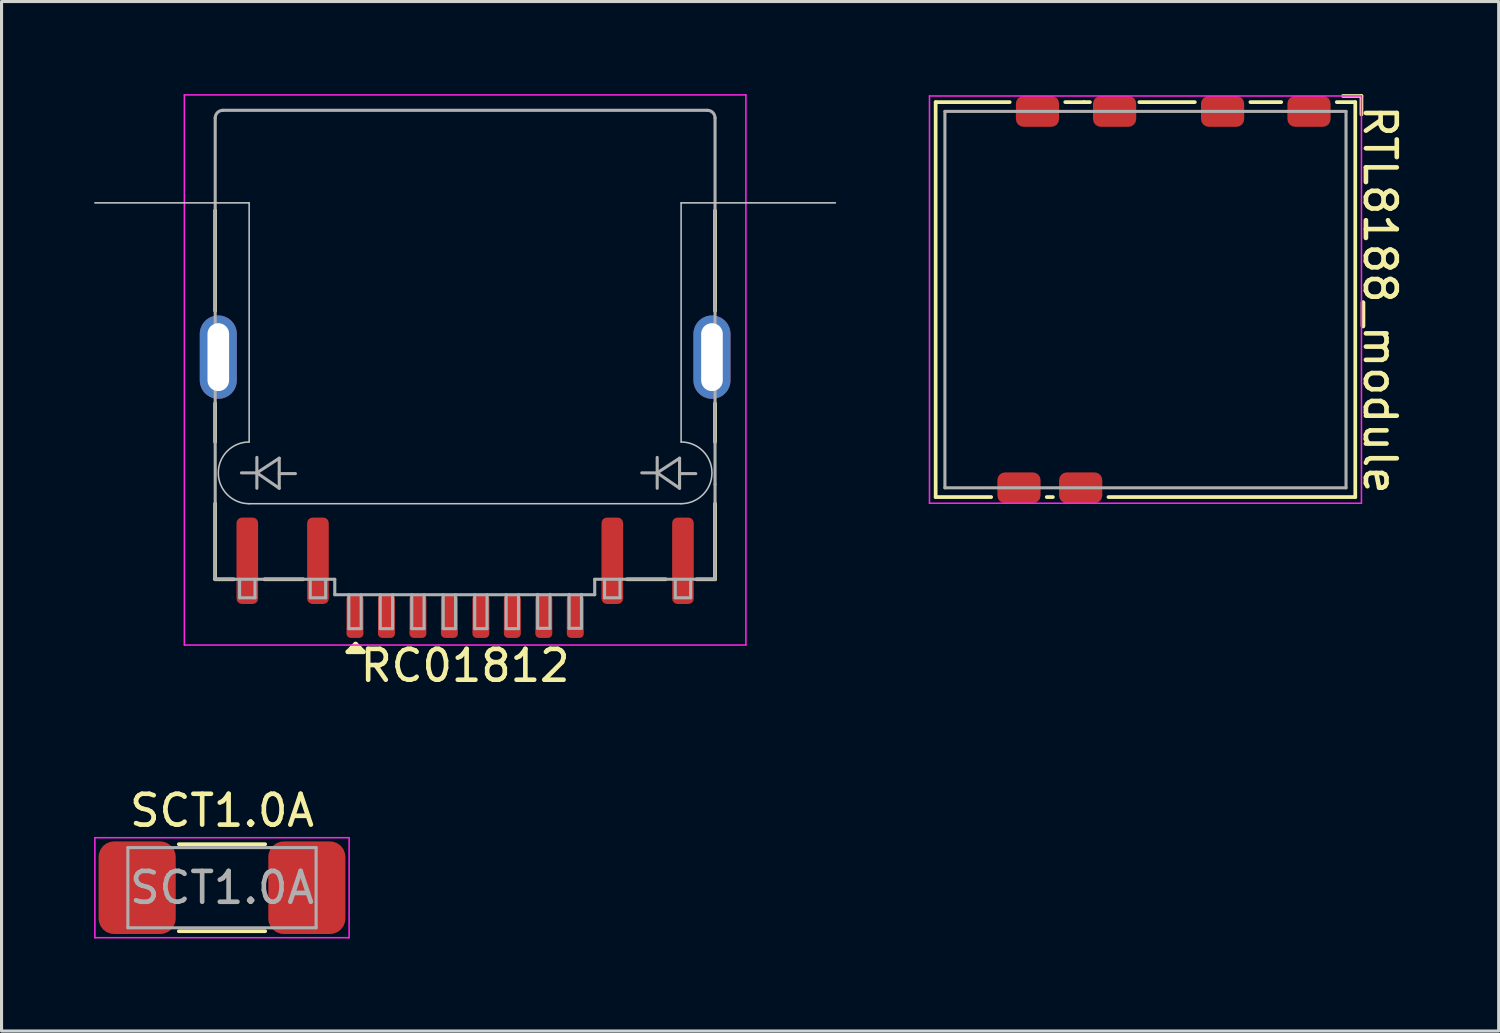
<source format=kicad_pcb>
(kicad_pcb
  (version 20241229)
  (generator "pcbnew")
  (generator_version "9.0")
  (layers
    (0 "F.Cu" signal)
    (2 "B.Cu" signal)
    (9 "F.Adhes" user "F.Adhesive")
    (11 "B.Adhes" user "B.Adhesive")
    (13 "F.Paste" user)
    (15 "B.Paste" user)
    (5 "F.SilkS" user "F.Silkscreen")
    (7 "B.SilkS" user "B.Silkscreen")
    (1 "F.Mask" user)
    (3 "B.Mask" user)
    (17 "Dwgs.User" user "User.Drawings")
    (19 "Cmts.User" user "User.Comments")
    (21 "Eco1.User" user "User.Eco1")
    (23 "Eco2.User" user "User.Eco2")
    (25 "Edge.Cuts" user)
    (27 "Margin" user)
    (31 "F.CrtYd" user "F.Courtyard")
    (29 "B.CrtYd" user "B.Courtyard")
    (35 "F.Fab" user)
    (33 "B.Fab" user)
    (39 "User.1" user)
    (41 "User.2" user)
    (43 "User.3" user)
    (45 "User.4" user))
  (footprint "SCT1.0A"
    (layer "F.Cu")
    (at 4.145 25.721)
    (property "Reference" "SCT1.0A" (at 0 -2.5 0) (layer "F.SilkS") (effects (font (size 1 1) (thickness 0.15))))
    (attr smd)
    (fp_line (start -1.4 -1.41) (end 1.4 -1.41) (stroke (width 0.12) (type solid)) (layer "F.SilkS"))
    (fp_line (start -1.4 1.41) (end 1.4 1.41) (stroke (width 0.12) (type solid)) (layer "F.SilkS"))
    (fp_line (start -4.12 -1.62) (end 4.12 -1.62) (stroke (width 0.05) (type solid)) (layer "F.CrtYd"))
    (fp_line (start -4.12 1.62) (end -4.12 -1.62) (stroke (width 0.05) (type solid)) (layer "F.CrtYd"))
    (fp_line (start 4.12 -1.62) (end 4.12 1.62) (stroke (width 0.05) (type solid)) (layer "F.CrtYd"))
    (fp_line (start 4.12 1.62) (end -4.12 1.62) (stroke (width 0.05) (type solid)) (layer "F.CrtYd"))
    (fp_line (start -3.05 -1.3) (end 3.05 -1.3) (stroke (width 0.1) (type solid)) (layer "F.Fab"))
    (fp_line (start -3.05 1.3) (end -3.05 -1.3) (stroke (width 0.1) (type solid)) (layer "F.Fab"))
    (fp_line (start -3.05 1.3) (end 3.05 1.3) (stroke (width 0.1) (type solid)) (layer "F.Fab"))
    (fp_line (start 3.05 -1.3) (end 3.05 1.3) (stroke (width 0.1) (type solid)) (layer "F.Fab"))
    (fp_text user "${REFERENCE}" (at 0 0 0) (layer "F.Fab") (effects (font (size 1 1) (thickness 0.15))))
    (pad "1" smd roundrect (at -2.75 0) (size 2.5 3) (layers "F.Cu" "F.Mask" "F.Paste") (roundrect_rratio 0.2))
    (pad "2" smd roundrect (at 2.75 0) (size 2.5 3) (layers "F.Cu" "F.Mask" "F.Paste") (roundrect_rratio 0.2)))
  (footprint "RC01812"
    (layer "F.Cu")
    (at 12.025 8.525)
    (property "Reference" "RC01812" (at 0 10 0) (layer "F.SilkS") (effects (font (size 1 1) (thickness 0.15))))
    (attr smd)
    (fp_line (start -8.102 -4.752) (end -8.102 -1.502) (stroke (width 0.12) (type default)) (layer "F.SilkS"))
    (fp_line (start -8.102 1.498) (end -8.102 2.748) (stroke (width 0.12) (type default)) (layer "F.SilkS"))
    (fp_line (start -8.102 4.748) (end -8.102 7.198) (stroke (width 0.12) (type default)) (layer "F.SilkS"))
    (fp_line (start -7.5 7.2) (end -8.1 7.2) (stroke (width 0.12) (type default)) (layer "F.SilkS"))
    (fp_line (start -5.25 7.2) (end -6.5 7.2) (stroke (width 0.12) (type default)) (layer "F.SilkS"))
    (fp_line (start -3.8 9.55) (end -3.3 9.55) (stroke (width 0.15) (type default)) (layer "F.SilkS"))
    (fp_line (start -3.55 9.3) (end -3.8 9.55) (stroke (width 0.15) (type default)) (layer "F.SilkS"))
    (fp_line (start -3.425 9.425) (end -3.675 9.425) (stroke (width 0.15) (type default)) (layer "F.SilkS"))
    (fp_line (start -3.3 9.55) (end -3.55 9.3) (stroke (width 0.15) (type default)) (layer "F.SilkS"))
    (fp_line (start 6.5 7.2) (end 5.25 7.2) (stroke (width 0.12) (type default)) (layer "F.SilkS"))
    (fp_line (start 8.1 -4.75) (end 8.1 -1.5) (stroke (width 0.12) (type default)) (layer "F.SilkS"))
    (fp_line (start 8.1 1.5) (end 8.1 2.75) (stroke (width 0.12) (type default)) (layer "F.SilkS"))
    (fp_line (start 8.1 4.75) (end 8.1 7.2) (stroke (width 0.12) (type default)) (layer "F.SilkS"))
    (fp_line (start 8.1 7.2) (end 7.5 7.2) (stroke (width 0.12) (type default)) (layer "F.SilkS"))
    (fp_line (start -7 -5) (end -12 -5) (stroke (width 0.05) (type default)) (layer "Dwgs.User"))
    (fp_line (start -7 -5) (end -7 2.75) (stroke (width 0.05) (type default)) (layer "Dwgs.User"))
    (fp_line (start -7 4.75) (end 7 4.75) (stroke (width 0.05) (type default)) (layer "Dwgs.User"))
    (fp_line (start 7 -5) (end 12 -5) (stroke (width 0.05) (type default)) (layer "Dwgs.User"))
    (fp_line (start 7 2.75) (end 7 -5) (stroke (width 0.05) (type default)) (layer "Dwgs.User"))
    (fp_arc (start -7 4.75) (mid -8 3.75) (end -7 2.75) (stroke (width 0.05) (type default)) (layer "Dwgs.User"))
    (fp_arc (start 7 2.75) (mid 8 3.75) (end 7 4.75) (stroke (width 0.05) (type default)) (layer "Dwgs.User"))
    (fp_line (start -9.1 -8.5) (end 9.1 -8.5) (stroke (width 0.05) (type solid)) (layer "F.CrtYd"))
    (fp_line (start -9.1 9.325) (end -9.1 -8.5) (stroke (width 0.05) (type solid)) (layer "F.CrtYd"))
    (fp_line (start 9.1 -8.5) (end 9.1 9.325) (stroke (width 0.05) (type solid)) (layer "F.CrtYd"))
    (fp_line (start 9.1 9.33) (end -9.1 9.33) (stroke (width 0.05) (type solid)) (layer "F.CrtYd"))
    (fp_line (start -8.1 7.2) (end -8.1 -7.75) (stroke (width 0.1) (type default)) (layer "F.Fab"))
    (fp_line (start -8.1 7.2) (end -4.225 7.2) (stroke (width 0.1) (type default)) (layer "F.Fab"))
    (fp_line (start -7.85 -8) (end 7.85 -8) (stroke (width 0.1) (type default)) (layer "F.Fab"))
    (fp_line (start -7.31 7.2) (end -7.31 7.8) (stroke (width 0.1) (type default)) (layer "F.Fab"))
    (fp_line (start -7.31 7.8) (end -6.81 7.8) (stroke (width 0.1) (type default)) (layer "F.Fab"))
    (fp_line (start -6.81 7.8) (end -6.81 7.2) (stroke (width 0.1) (type default)) (layer "F.Fab"))
    (fp_line (start -6.75 3.25) (end -6.75 4.25) (stroke (width 0.1) (type default)) (layer "F.Fab"))
    (fp_line (start -6.75 3.75) (end -7.25 3.75) (stroke (width 0.1) (type default)) (layer "F.Fab"))
    (fp_line (start -6.75 3.75) (end -6.025 3.275) (stroke (width 0.1) (type default)) (layer "F.Fab"))
    (fp_line (start -6.75 3.75) (end -6.025 4.25) (stroke (width 0.1) (type default)) (layer "F.Fab"))
    (fp_line (start -6.025 3.275) (end -6.025 4.25) (stroke (width 0.1) (type default)) (layer "F.Fab"))
    (fp_line (start -5.5 3.775) (end -6.025 3.775) (stroke (width 0.1) (type default)) (layer "F.Fab"))
    (fp_line (start -5.02 7.2) (end -5.02 7.8) (stroke (width 0.1) (type default)) (layer "F.Fab"))
    (fp_line (start -5.02 7.8) (end -4.52 7.8) (stroke (width 0.1) (type default)) (layer "F.Fab"))
    (fp_line (start -4.52 7.8) (end -4.52 7.2) (stroke (width 0.1) (type default)) (layer "F.Fab"))
    (fp_line (start -4.225 7.2) (end -4.225 7.7) (stroke (width 0.1) (type default)) (layer "F.Fab"))
    (fp_line (start -4.225 7.7) (end 4.2 7.7) (stroke (width 0.1) (type default)) (layer "F.Fab"))
    (fp_line (start -3.77 7.7) (end -3.77 8.8) (stroke (width 0.1) (type default)) (layer "F.Fab"))
    (fp_line (start -3.77 8.8) (end -3.37 8.8) (stroke (width 0.1) (type default)) (layer "F.Fab"))
    (fp_line (start -3.37 8.8) (end -3.37 7.7) (stroke (width 0.1) (type default)) (layer "F.Fab"))
    (fp_line (start -2.75 7.7) (end -2.75 8.8) (stroke (width 0.1) (type default)) (layer "F.Fab"))
    (fp_line (start -2.75 8.8) (end -2.35 8.8) (stroke (width 0.1) (type default)) (layer "F.Fab"))
    (fp_line (start -2.35 8.8) (end -2.35 7.7) (stroke (width 0.1) (type default)) (layer "F.Fab"))
    (fp_line (start -1.73 7.7) (end -1.73 8.8) (stroke (width 0.1) (type default)) (layer "F.Fab"))
    (fp_line (start -1.73 8.8) (end -1.33 8.8) (stroke (width 0.1) (type default)) (layer "F.Fab"))
    (fp_line (start -1.33 8.8) (end -1.33 7.7) (stroke (width 0.1) (type default)) (layer "F.Fab"))
    (fp_line (start -0.71 7.7) (end -0.71 8.8) (stroke (width 0.1) (type default)) (layer "F.Fab"))
    (fp_line (start -0.71 8.8) (end -0.31 8.8) (stroke (width 0.1) (type default)) (layer "F.Fab"))
    (fp_line (start -0.31 8.8) (end -0.31 7.7) (stroke (width 0.1) (type default)) (layer "F.Fab"))
    (fp_line (start 0.31 7.7) (end 0.31 8.8) (stroke (width 0.1) (type default)) (layer "F.Fab"))
    (fp_line (start 0.31 8.8) (end 0.71 8.8) (stroke (width 0.1) (type default)) (layer "F.Fab"))
    (fp_line (start 0.71 8.8) (end 0.71 7.7) (stroke (width 0.1) (type default)) (layer "F.Fab"))
    (fp_line (start 1.33 7.7) (end 1.33 8.8) (stroke (width 0.1) (type default)) (layer "F.Fab"))
    (fp_line (start 1.33 8.8) (end 1.73 8.8) (stroke (width 0.1) (type default)) (layer "F.Fab"))
    (fp_line (start 1.73 8.8) (end 1.73 7.7) (stroke (width 0.1) (type default)) (layer "F.Fab"))
    (fp_line (start 2.35 7.69) (end 2.35 8.79) (stroke (width 0.1) (type default)) (layer "F.Fab"))
    (fp_line (start 2.35 8.79) (end 2.75 8.79) (stroke (width 0.1) (type default)) (layer "F.Fab"))
    (fp_line (start 2.75 8.79) (end 2.75 7.69) (stroke (width 0.1) (type default)) (layer "F.Fab"))
    (fp_line (start 3.37 7.69) (end 3.37 8.79) (stroke (width 0.1) (type default)) (layer "F.Fab"))
    (fp_line (start 3.37 8.79) (end 3.77 8.79) (stroke (width 0.1) (type default)) (layer "F.Fab"))
    (fp_line (start 3.77 8.79) (end 3.77 7.69) (stroke (width 0.1) (type default)) (layer "F.Fab"))
    (fp_line (start 4.2 7.2) (end 8.1 7.2) (stroke (width 0.1) (type default)) (layer "F.Fab"))
    (fp_line (start 4.2 7.7) (end 4.2 7.2) (stroke (width 0.1) (type default)) (layer "F.Fab"))
    (fp_line (start 4.52 7.2) (end 4.52 7.8) (stroke (width 0.1) (type default)) (layer "F.Fab"))
    (fp_line (start 4.52 7.8) (end 5.02 7.8) (stroke (width 0.1) (type default)) (layer "F.Fab"))
    (fp_line (start 5.02 7.8) (end 5.02 7.2) (stroke (width 0.1) (type default)) (layer "F.Fab"))
    (fp_line (start 6.225 3.25) (end 6.225 4.25) (stroke (width 0.1) (type default)) (layer "F.Fab"))
    (fp_line (start 6.225 3.75) (end 5.725 3.75) (stroke (width 0.1) (type default)) (layer "F.Fab"))
    (fp_line (start 6.225 3.75) (end 6.95 3.275) (stroke (width 0.1) (type default)) (layer "F.Fab"))
    (fp_line (start 6.225 3.75) (end 6.95 4.25) (stroke (width 0.1) (type default)) (layer "F.Fab"))
    (fp_line (start 6.81 7.2) (end 6.81 7.8) (stroke (width 0.1) (type default)) (layer "F.Fab"))
    (fp_line (start 6.81 7.8) (end 7.31 7.8) (stroke (width 0.1) (type default)) (layer "F.Fab"))
    (fp_line (start 6.95 3.275) (end 6.95 4.25) (stroke (width 0.1) (type default)) (layer "F.Fab"))
    (fp_line (start 7.31 7.8) (end 7.31 7.2) (stroke (width 0.1) (type default)) (layer "F.Fab"))
    (fp_line (start 7.475 3.775) (end 6.95 3.775) (stroke (width 0.1) (type default)) (layer "F.Fab"))
    (fp_line (start 8.1 -7.75) (end 8.1 4.125) (stroke (width 0.1) (type default)) (layer "F.Fab"))
    (fp_line (start 8.1 4.125) (end 8.1 7.2) (stroke (width 0.1) (type default)) (layer "F.Fab"))
    (fp_arc (start -8.1 -7.75) (mid -8.026777 -7.926777) (end -7.85 -8) (stroke (width 0.1) (type default)) (layer "F.Fab"))
    (fp_arc (start 7.85 -8) (mid 8.026777 -7.926777) (end 8.1 -7.75) (stroke (width 0.1) (type default)) (layer "F.Fab"))
    (pad "1" smd roundrect (at -3.57 8.4) (size 0.55 1.4) (layers "F.Cu" "F.Mask" "F.Paste") (roundrect_rratio 0.25))
    (pad "2" smd roundrect (at -2.55 8.4) (size 0.55 1.4) (layers "F.Cu" "F.Mask" "F.Paste") (roundrect_rratio 0.25))
    (pad "3" smd roundrect (at -1.53 8.4) (size 0.55 1.4) (layers "F.Cu" "F.Mask" "F.Paste") (roundrect_rratio 0.25))
    (pad "4" smd roundrect (at -0.51 8.4) (size 0.55 1.4) (layers "F.Cu" "F.Mask" "F.Paste") (roundrect_rratio 0.25))
    (pad "5" smd roundrect (at 0.51 8.4) (size 0.55 1.4) (layers "F.Cu" "F.Mask" "F.Paste") (roundrect_rratio 0.25))
    (pad "6" smd roundrect (at 1.53 8.4) (size 0.55 1.4) (layers "F.Cu" "F.Mask" "F.Paste") (roundrect_rratio 0.25))
    (pad "7" smd roundrect (at 2.55 8.4) (size 0.55 1.4) (layers "F.Cu" "F.Mask" "F.Paste") (roundrect_rratio 0.25))
    (pad "8" smd roundrect (at 3.57 8.4) (size 0.55 1.4) (layers "F.Cu" "F.Mask" "F.Paste") (roundrect_rratio 0.25))
    (pad "9" smd roundrect (at -7.06 6.6) (size 0.7 2.8) (layers "F.Cu" "F.Mask" "F.Paste") (roundrect_rratio 0.25))
    (pad "10" smd roundrect (at -4.77 6.6) (size 0.7 2.8) (layers "F.Cu" "F.Mask" "F.Paste") (roundrect_rratio 0.25))
    (pad "11" smd roundrect (at 4.77 6.6) (size 0.7 2.8) (layers "F.Cu" "F.Mask" "F.Paste") (roundrect_rratio 0.25))
    (pad "12" smd roundrect (at 7.06 6.6) (size 0.7 2.8) (layers "F.Cu" "F.Mask" "F.Paste") (roundrect_rratio 0.25))
    (pad "SH" thru_hole oval (at -8 0) (size 1.2 2.7) (drill oval 0.7 2.2) (layers "*.Cu" "*.Mask"))
    (pad "SH" thru_hole oval (at 8 0) (size 1.2 2.7) (drill oval 0.7 2.2) (layers "*.Cu" "*.Mask")))
  (footprint "RTL8188_module"
    (layer "F.Cu")
    (at 34.075 6.66)
    (property "Reference" "RTL8188_module" (at 7.6 0 270) (unlocked yes) (layer "F.SilkS") (effects (font (size 1 1) (thickness 0.15))))
    (attr smd)
    (fp_line (start -6.8 -6.4) (end -4.4 -6.4) (stroke (width 0.12) (type solid)) (layer "F.SilkS"))
    (fp_line (start -6.8 6.4) (end -6.8 -6.4) (stroke (width 0.12) (type solid)) (layer "F.SilkS"))
    (fp_line (start -5 6.4) (end -6.8 6.4) (stroke (width 0.12) (type solid)) (layer "F.SilkS"))
    (fp_line (start -3 6.4) (end -3.2 6.4) (stroke (width 0.12) (type solid)) (layer "F.SilkS"))
    (fp_line (start -2.6 -6.4) (end -2 -6.4) (stroke (width 0.12) (type solid)) (layer "F.SilkS"))
    (fp_line (start -1.8 -6.4) (end -2 -6.4) (stroke (width 0.12) (type solid)) (layer "F.SilkS"))
    (fp_line (start -0.2 -6.4) (end 1.6 -6.4) (stroke (width 0.12) (type solid)) (layer "F.SilkS"))
    (fp_line (start 3.4 -6.4) (end 4.4 -6.4) (stroke (width 0.12) (type solid)) (layer "F.SilkS"))
    (fp_line (start 6.2 -6.4) (end 6.8 -6.4) (stroke (width 0.12) (type solid)) (layer "F.SilkS"))
    (fp_line (start 6.8 -6.4) (end 6.8 6.4) (stroke (width 0.12) (type solid)) (layer "F.SilkS"))
    (fp_line (start 6.8 6.4) (end -1.2 6.4) (stroke (width 0.12) (type solid)) (layer "F.SilkS"))
    (fp_line (start 7 -6.6) (end 6.4 -6.6) (stroke (width 0.12) (type default)) (layer "F.SilkS"))
    (fp_line (start 7 -6) (end 7 -6.6) (stroke (width 0.12) (type default)) (layer "F.SilkS"))
    (fp_line (start -7 -6.6) (end -7 6.6) (stroke (width 0.05) (type solid)) (layer "F.CrtYd"))
    (fp_line (start -7 6.6) (end 7 6.6) (stroke (width 0.05) (type solid)) (layer "F.CrtYd"))
    (fp_line (start 7 -6.6) (end -7 -6.6) (stroke (width 0.05) (type solid)) (layer "F.CrtYd"))
    (fp_line (start 7 6.6) (end 7 -6.6) (stroke (width 0.05) (type solid)) (layer "F.CrtYd"))
    (fp_line (start -6.5 -6.1) (end 6.5 -6.1) (stroke (width 0.1) (type solid)) (layer "F.Fab"))
    (fp_line (start -6.5 6.1) (end -6.5 -6.1) (stroke (width 0.1) (type solid)) (layer "F.Fab"))
    (fp_line (start 6.5 -6.1) (end 6.5 6.1) (stroke (width 0.1) (type solid)) (layer "F.Fab"))
    (fp_line (start 6.5 6.1) (end -6.5 6.1) (stroke (width 0.1) (type solid)) (layer "F.Fab"))
    (pad "1" smd roundrect (at 5.3 -6.1 90) (size 1 1.4) (layers "F.Cu" "F.Mask" "F.Paste") (roundrect_rratio 0.25))
    (pad "2" smd roundrect (at 2.5 -6.1 90) (size 1 1.4) (layers "F.Cu" "F.Mask" "F.Paste") (roundrect_rratio 0.25))
    (pad "3" smd roundrect (at -1 -6.1 90) (size 1 1.4) (layers "F.Cu" "F.Mask" "F.Paste") (roundrect_rratio 0.25))
    (pad "4" smd roundrect (at -3.5 -6.1 90) (size 1 1.4) (layers "F.Cu" "F.Mask" "F.Paste") (roundrect_rratio 0.25))
    (pad "5" smd roundrect (at -4.1 6.1 90) (size 1 1.4) (layers "F.Cu" "F.Mask" "F.Paste") (roundrect_rratio 0.25))
    (pad "6" smd roundrect (at -2.1 6.1 90) (size 1 1.4) (layers "F.Cu" "F.Mask" "F.Paste") (roundrect_rratio 0.25)))
  (gr_rect
    (start -3 -3)
    (end 45.523 30.366)
    (stroke (width 0.1) (type default))
    (fill no)
    (layer "Edge.Cuts")))
</source>
